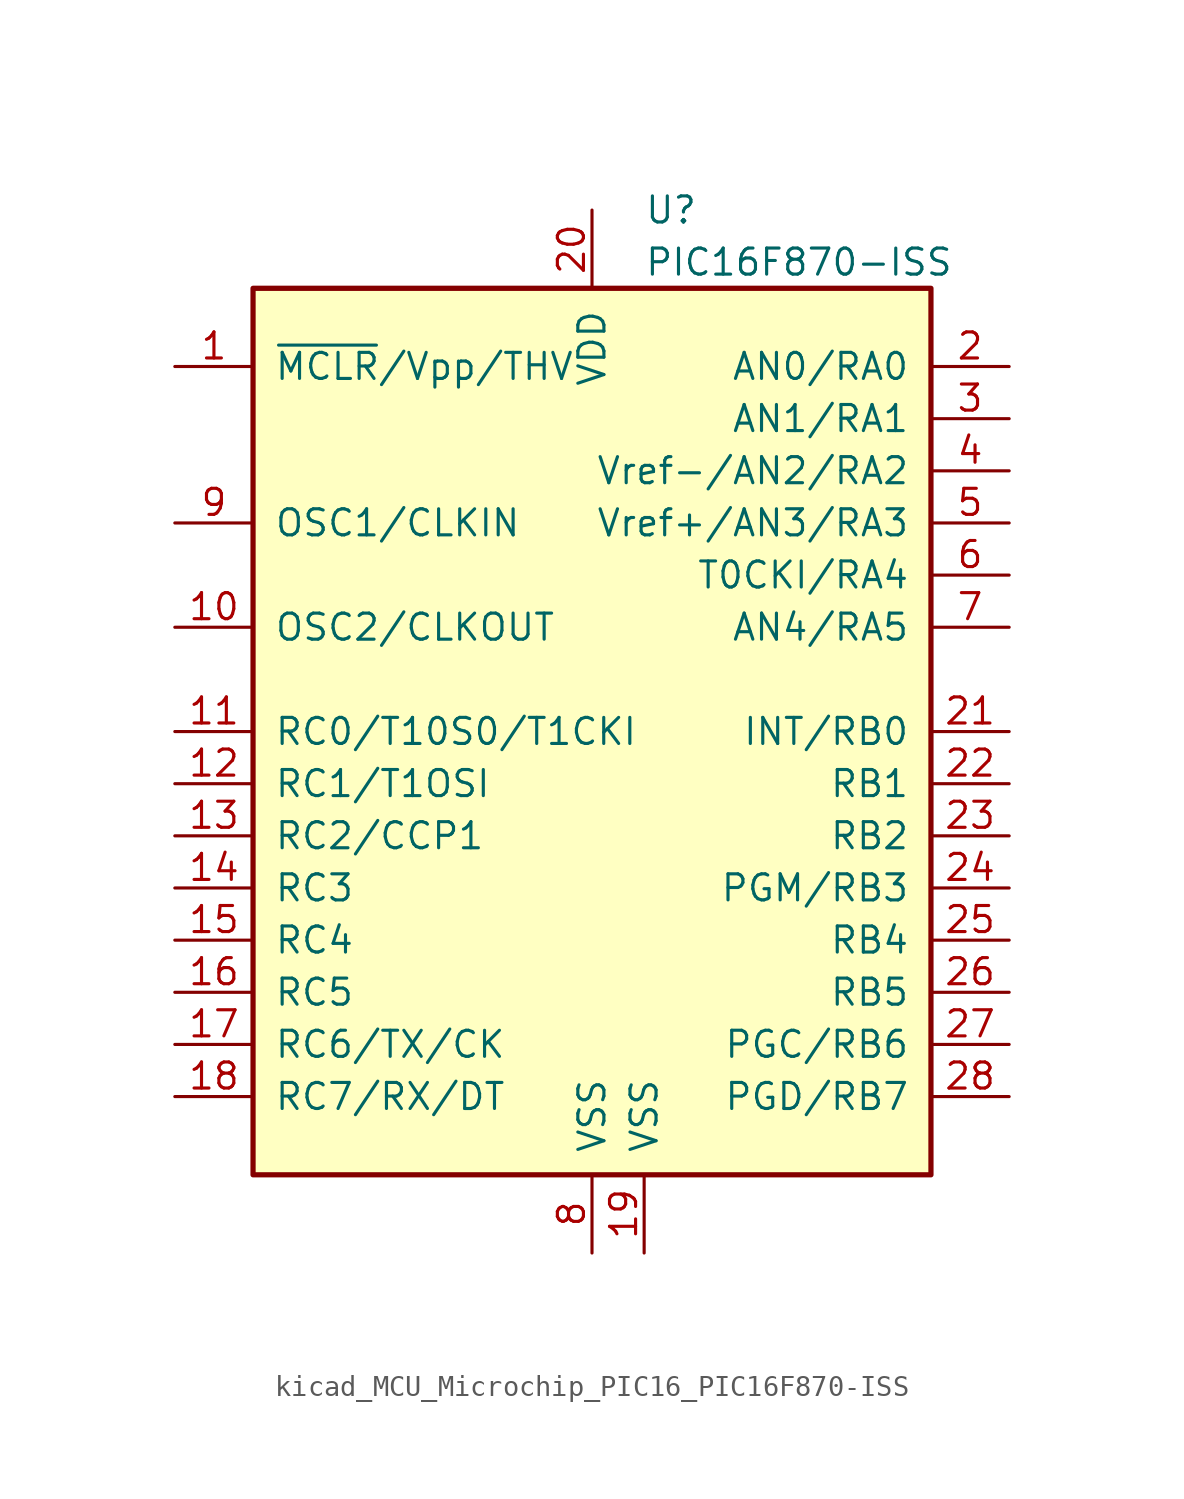
<source format=kicad_sym>
(kicad_symbol_lib
  (version 20220914)
  (generator kicad_symbol_editor)
  (symbol "kicad_MCU_Microchip_PIC16_PIC16F870-ISS"
    (pin_names
      (offset 1.016))
    (property "Reference" "U"
      (at 2.54 25.4 0)
      (effects (font (size 1.27 1.27)) (justify left)))
    (property "Value" "PIC16F870-ISS"
      (at 2.54 22.86 0)
      (effects (font (size 1.27 1.27)) (justify left)))
    (symbol "kicad_MCU_Microchip_PIC16_PIC16F870-ISS_0_1"
      (rectangle (start -16.51 -21.59) (end 16.51 21.59) (stroke (width 0.254) (type default)) (fill (type background))))
    (symbol "kicad_MCU_Microchip_PIC16_PIC16F870-ISS_1_1"
      (pin input line (at -20.32 17.78 0) (length 3.81) (name "~{MCLR}/Vpp/THV" (effects (font (size 1.27 1.27)))) (number "1" (effects (font (size 1.27 1.27)))))
      (pin output line (at -20.32 5.08 0) (length 3.81) (name "OSC2/CLKOUT" (effects (font (size 1.27 1.27)))) (number "10" (effects (font (size 1.27 1.27)))))
      (pin bidirectional line (at -20.32 0 0) (length 3.81) (name "RC0/T10S0/T1CKI" (effects (font (size 1.27 1.27)))) (number "11" (effects (font (size 1.27 1.27)))))
      (pin bidirectional line (at -20.32 -2.54 0) (length 3.81) (name "RC1/T1OSI" (effects (font (size 1.27 1.27)))) (number "12" (effects (font (size 1.27 1.27)))))
      (pin bidirectional line (at -20.32 -5.08 0) (length 3.81) (name "RC2/CCP1" (effects (font (size 1.27 1.27)))) (number "13" (effects (font (size 1.27 1.27)))))
      (pin bidirectional line (at -20.32 -7.62 0) (length 3.81) (name "RC3" (effects (font (size 1.27 1.27)))) (number "14" (effects (font (size 1.27 1.27)))))
      (pin bidirectional line (at -20.32 -10.16 0) (length 3.81) (name "RC4" (effects (font (size 1.27 1.27)))) (number "15" (effects (font (size 1.27 1.27)))))
      (pin bidirectional line (at -20.32 -12.7 0) (length 3.81) (name "RC5" (effects (font (size 1.27 1.27)))) (number "16" (effects (font (size 1.27 1.27)))))
      (pin bidirectional line (at -20.32 -15.24 0) (length 3.81) (name "RC6/TX/CK" (effects (font (size 1.27 1.27)))) (number "17" (effects (font (size 1.27 1.27)))))
      (pin bidirectional line (at -20.32 -17.78 0) (length 3.81) (name "RC7/RX/DT" (effects (font (size 1.27 1.27)))) (number "18" (effects (font (size 1.27 1.27)))))
      (pin power_in line (at 2.54 -25.4 90) (length 3.81) (name "VSS" (effects (font (size 1.27 1.27)))) (number "19" (effects (font (size 1.27 1.27)))))
      (pin bidirectional line (at 20.32 17.78 180) (length 3.81) (name "AN0/RA0" (effects (font (size 1.27 1.27)))) (number "2" (effects (font (size 1.27 1.27)))))
      (pin power_in line (at 0 25.4 270) (length 3.81) (name "VDD" (effects (font (size 1.27 1.27)))) (number "20" (effects (font (size 1.27 1.27)))))
      (pin bidirectional line (at 20.32 0 180) (length 3.81) (name "INT/RB0" (effects (font (size 1.27 1.27)))) (number "21" (effects (font (size 1.27 1.27)))))
      (pin bidirectional line (at 20.32 -2.54 180) (length 3.81) (name "RB1" (effects (font (size 1.27 1.27)))) (number "22" (effects (font (size 1.27 1.27)))))
      (pin bidirectional line (at 20.32 -5.08 180) (length 3.81) (name "RB2" (effects (font (size 1.27 1.27)))) (number "23" (effects (font (size 1.27 1.27)))))
      (pin bidirectional line (at 20.32 -7.62 180) (length 3.81) (name "PGM/RB3" (effects (font (size 1.27 1.27)))) (number "24" (effects (font (size 1.27 1.27)))))
      (pin bidirectional line (at 20.32 -10.16 180) (length 3.81) (name "RB4" (effects (font (size 1.27 1.27)))) (number "25" (effects (font (size 1.27 1.27)))))
      (pin bidirectional line (at 20.32 -12.7 180) (length 3.81) (name "RB5" (effects (font (size 1.27 1.27)))) (number "26" (effects (font (size 1.27 1.27)))))
      (pin bidirectional line (at 20.32 -15.24 180) (length 3.81) (name "PGC/RB6" (effects (font (size 1.27 1.27)))) (number "27" (effects (font (size 1.27 1.27)))))
      (pin bidirectional line (at 20.32 -17.78 180) (length 3.81) (name "PGD/RB7" (effects (font (size 1.27 1.27)))) (number "28" (effects (font (size 1.27 1.27)))))
      (pin bidirectional line (at 20.32 15.24 180) (length 3.81) (name "AN1/RA1" (effects (font (size 1.27 1.27)))) (number "3" (effects (font (size 1.27 1.27)))))
      (pin bidirectional line (at 20.32 12.7 180) (length 3.81) (name "Vref-/AN2/RA2" (effects (font (size 1.27 1.27)))) (number "4" (effects (font (size 1.27 1.27)))))
      (pin bidirectional line (at 20.32 10.16 180) (length 3.81) (name "Vref+/AN3/RA3" (effects (font (size 1.27 1.27)))) (number "5" (effects (font (size 1.27 1.27)))))
      (pin bidirectional line (at 20.32 7.62 180) (length 3.81) (name "T0CKI/RA4" (effects (font (size 1.27 1.27)))) (number "6" (effects (font (size 1.27 1.27)))))
      (pin bidirectional line (at 20.32 5.08 180) (length 3.81) (name "AN4/RA5" (effects (font (size 1.27 1.27)))) (number "7" (effects (font (size 1.27 1.27)))))
      (pin power_in line (at 0 -25.4 90) (length 3.81) (name "VSS" (effects (font (size 1.27 1.27)))) (number "8" (effects (font (size 1.27 1.27)))))
      (pin input line (at -20.32 10.16 0) (length 3.81) (name "OSC1/CLKIN" (effects (font (size 1.27 1.27)))) (number "9" (effects (font (size 1.27 1.27))))))))
</source>
